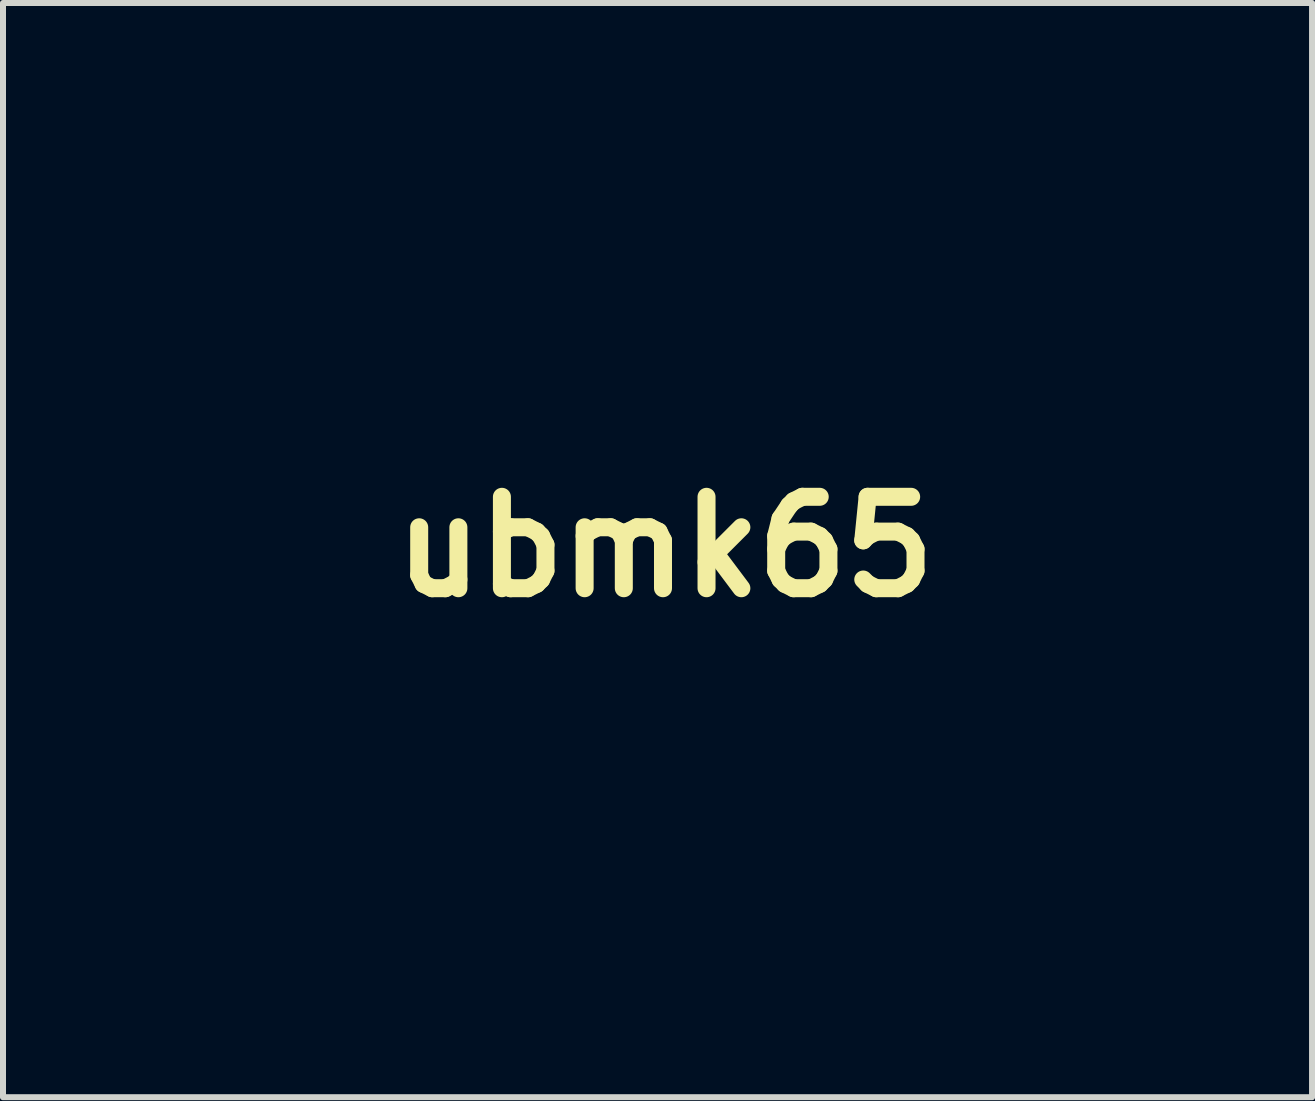
<source format=kicad_pcb>
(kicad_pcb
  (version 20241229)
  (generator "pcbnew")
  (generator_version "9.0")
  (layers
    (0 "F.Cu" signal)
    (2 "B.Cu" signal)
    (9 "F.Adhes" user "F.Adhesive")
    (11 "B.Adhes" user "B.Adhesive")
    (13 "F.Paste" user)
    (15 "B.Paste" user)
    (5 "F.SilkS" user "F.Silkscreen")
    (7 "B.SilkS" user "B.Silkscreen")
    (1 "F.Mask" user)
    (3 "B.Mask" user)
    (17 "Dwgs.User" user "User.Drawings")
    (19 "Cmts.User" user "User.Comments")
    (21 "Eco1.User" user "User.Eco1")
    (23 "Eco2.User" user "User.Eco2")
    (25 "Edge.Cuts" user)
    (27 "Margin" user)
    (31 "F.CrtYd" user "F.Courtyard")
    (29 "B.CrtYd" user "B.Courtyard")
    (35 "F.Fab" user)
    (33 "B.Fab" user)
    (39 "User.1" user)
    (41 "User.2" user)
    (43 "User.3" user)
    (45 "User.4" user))
  (footprint "ubmk65"
    (layer "F.Cu")
    (at 8.038 6.066)
    (property "Reference" "ubmk65" (at 0 0 0) (layer "F.SilkS") (effects (font (size 1.524 1.524) (thickness 0.3))))
    (attr through_hole)
    (fp_poly (pts (xy -1.143 -4.834) (xy -1.002 -4.834) (xy -1.002 -4.623) (xy -1.529 -4.623) (xy -1.529 -4.834) (xy -1.37 -4.834) (xy -1.38 -5.247) (xy -1.446 -5.252) (xy -1.512 -5.258) (xy -1.512 -5.449) (xy -1.143 -5.449) (xy -1.143 -4.834)) (stroke (width 0.01) (type solid)) (fill yes) (layer "F.Mask"))
    (fp_poly (pts (xy -0.193 -4.834) (xy -0.053 -4.834) (xy -0.053 -4.623) (xy -0.58 -4.623) (xy -0.58 -4.834) (xy -0.421 -4.834) (xy -0.431 -5.247) (xy -0.497 -5.252) (xy -0.562 -5.258) (xy -0.562 -5.449) (xy -0.193 -5.449) (xy -0.193 -4.834)) (stroke (width 0.01) (type solid)) (fill yes) (layer "F.Mask"))
    (fp_poly (pts (xy -0.731 -4.837) (xy -0.69 -4.801) (xy -0.67 -4.751) (xy -0.675 -4.697) (xy -0.707 -4.648) (xy -0.714 -4.642) (xy -0.77 -4.611) (xy -0.82 -4.613) (xy -0.871 -4.649) (xy -0.871 -4.649) (xy -0.907 -4.699) (xy -0.909 -4.749) (xy -0.878 -4.805) (xy -0.878 -4.805) (xy -0.829 -4.844) (xy -0.79 -4.851) (xy -0.731 -4.837)) (stroke (width 0.01) (type solid)) (fill yes) (layer "F.Mask"))
    (fp_poly (pts (xy 6.249 -4.736) (xy 6.289 -4.722) (xy 6.34 -4.679) (xy 6.366 -4.621) (xy 6.367 -4.56) (xy 6.344 -4.503) (xy 6.295 -4.46) (xy 6.282 -4.454) (xy 6.235 -4.436) (xy 6.204 -4.433) (xy 6.172 -4.445) (xy 6.141 -4.464) (xy 6.091 -4.509) (xy 6.07 -4.564) (xy 6.073 -4.621) (xy 6.096 -4.673) (xy 6.135 -4.714) (xy 6.188 -4.737) (xy 6.249 -4.736)) (stroke (width 0.01) (type solid)) (fill yes) (layer "F.Mask"))
    (fp_poly (pts (xy -3.598 -5.867) (xy -3.482 -5.862) (xy -4.293 -4.623) (xy -4.414 -4.623) (xy -4.474 -4.624) (xy -4.517 -4.626) (xy -4.535 -4.63) (xy -4.535 -4.63) (xy -4.526 -4.647) (xy -4.5 -4.688) (xy -4.459 -4.752) (xy -4.406 -4.834) (xy -4.344 -4.929) (xy -4.275 -5.036) (xy -4.201 -5.149) (xy -4.125 -5.265) (xy -4.049 -5.38) (xy -3.977 -5.491) (xy -3.909 -5.593) (xy -3.849 -5.684) (xy -3.8 -5.758) (xy -3.763 -5.813) (xy -3.741 -5.844) (xy -3.736 -5.85) (xy -3.703 -5.864) (xy -3.638 -5.868) (xy -3.598 -5.867)) (stroke (width 0.01) (type solid)) (fill yes) (layer "F.Mask"))
    (fp_poly (pts (xy -4.957 -5.555) (xy -5.432 -5.555) (xy -5.432 -5.432) (xy -5.343 -5.432) (xy -5.213 -5.419) (xy -5.104 -5.382) (xy -5.026 -5.33) (xy -4.951 -5.245) (xy -4.905 -5.148) (xy -4.888 -5.046) (xy -4.898 -4.943) (xy -4.934 -4.845) (xy -4.995 -4.758) (xy -5.08 -4.688) (xy -5.163 -4.648) (xy -5.212 -4.637) (xy -5.291 -4.63) (xy -5.401 -4.625) (xy -5.533 -4.624) (xy -5.836 -4.623) (xy -5.836 -4.939) (xy -5.585 -4.939) (xy -5.467 -4.941) (xy -5.381 -4.946) (xy -5.321 -4.957) (xy -5.283 -4.973) (xy -5.262 -4.998) (xy -5.256 -5.031) (xy -5.256 -5.036) (xy -5.262 -5.072) (xy -5.282 -5.098) (xy -5.322 -5.116) (xy -5.385 -5.127) (xy -5.475 -5.132) (xy -5.559 -5.133) (xy -5.783 -5.133) (xy -5.783 -5.871) (xy -4.957 -5.871) (xy -4.957 -5.555)) (stroke (width 0.01) (type solid)) (fill yes) (layer "F.Mask"))
    (fp_poly (pts (xy 6.223 -5.228) (xy 6.335 -5.223) (xy 6.425 -5.206) (xy 6.507 -5.173) (xy 6.593 -5.121) (xy 6.622 -5.1) (xy 6.677 -5.051) (xy 6.731 -4.989) (xy 6.777 -4.923) (xy 6.809 -4.862) (xy 6.82 -4.816) (xy 6.806 -4.751) (xy 6.766 -4.709) (xy 6.703 -4.693) (xy 6.698 -4.693) (xy 6.657 -4.696) (xy 6.627 -4.71) (xy 6.596 -4.742) (xy 6.568 -4.779) (xy 6.488 -4.874) (xy 6.402 -4.938) (xy 6.306 -4.975) (xy 6.254 -4.985) (xy 6.206 -4.986) (xy 6.148 -4.976) (xy 6.098 -4.964) (xy 6.022 -4.947) (xy 5.969 -4.945) (xy 5.932 -4.959) (xy 5.903 -4.993) (xy 5.889 -5.016) (xy 5.872 -5.053) (xy 5.876 -5.085) (xy 5.889 -5.111) (xy 5.932 -5.164) (xy 5.997 -5.2) (xy 6.088 -5.221) (xy 6.207 -5.228) (xy 6.223 -5.228)) (stroke (width 0.01) (type solid)) (fill yes) (layer "F.Mask"))
    (fp_poly (pts (xy -0.879 5.101) (xy -0.795 5.114) (xy -0.734 5.139) (xy -0.689 5.178) (xy -0.654 5.234) (xy -0.649 5.245) (xy -0.621 5.335) (xy -0.625 5.418) (xy -0.661 5.495) (xy -0.731 5.57) (xy -0.804 5.625) (xy -0.923 5.704) (xy -0.615 5.714) (xy -0.615 5.924) (xy -0.839 5.923) (xy -0.928 5.921) (xy -1.006 5.918) (xy -1.066 5.913) (xy -1.099 5.907) (xy -1.101 5.907) (xy -1.153 5.869) (xy -1.194 5.811) (xy -1.213 5.746) (xy -1.213 5.738) (xy -1.207 5.695) (xy -1.186 5.653) (xy -1.146 5.609) (xy -1.083 5.556) (xy -1.002 5.496) (xy -0.922 5.434) (xy -0.876 5.384) (xy -0.863 5.345) (xy -0.883 5.316) (xy -0.937 5.299) (xy -1.024 5.291) (xy -1.049 5.291) (xy -1.178 5.291) (xy -1.178 5.098) (xy -0.991 5.098) (xy -0.879 5.101)) (stroke (width 0.01) (type solid)) (fill yes) (layer "F.Mask"))
    (fp_poly (pts (xy 6.422 -5.632) (xy 6.601 -5.584) (xy 6.767 -5.502) (xy 6.922 -5.387) (xy 6.944 -5.367) (xy 7.036 -5.273) (xy 7.107 -5.18) (xy 7.157 -5.093) (xy 7.184 -5.015) (xy 7.186 -4.95) (xy 7.161 -4.901) (xy 7.157 -4.898) (xy 7.115 -4.877) (xy 7.061 -4.869) (xy 7.013 -4.877) (xy 7.004 -4.883) (xy 6.984 -4.905) (xy 6.956 -4.945) (xy 6.944 -4.966) (xy 6.84 -5.111) (xy 6.718 -5.228) (xy 6.581 -5.315) (xy 6.431 -5.373) (xy 6.273 -5.399) (xy 6.109 -5.392) (xy 5.971 -5.361) (xy 5.873 -5.336) (xy 5.801 -5.33) (xy 5.75 -5.344) (xy 5.716 -5.378) (xy 5.714 -5.382) (xy 5.698 -5.44) (xy 5.714 -5.494) (xy 5.759 -5.542) (xy 5.831 -5.583) (xy 5.927 -5.615) (xy 6.044 -5.637) (xy 6.18 -5.648) (xy 6.231 -5.649) (xy 6.422 -5.632)) (stroke (width 0.01) (type solid)) (fill yes) (layer "F.Mask"))
    (fp_poly (pts (xy -2.373 5.101) (xy -2.289 5.114) (xy -2.228 5.139) (xy -2.183 5.178) (xy -2.148 5.234) (xy -2.143 5.245) (xy -2.115 5.335) (xy -2.119 5.418) (xy -2.155 5.495) (xy -2.225 5.57) (xy -2.298 5.625) (xy -2.417 5.704) (xy -2.263 5.709) (xy -2.109 5.714) (xy -2.109 5.924) (xy -2.333 5.923) (xy -2.422 5.921) (xy -2.5 5.918) (xy -2.56 5.913) (xy -2.594 5.907) (xy -2.595 5.907) (xy -2.648 5.869) (xy -2.688 5.811) (xy -2.707 5.746) (xy -2.707 5.738) (xy -2.701 5.695) (xy -2.68 5.653) (xy -2.64 5.609) (xy -2.578 5.556) (xy -2.496 5.496) (xy -2.417 5.434) (xy -2.37 5.384) (xy -2.357 5.345) (xy -2.377 5.316) (xy -2.431 5.299) (xy -2.518 5.291) (xy -2.543 5.291) (xy -2.672 5.291) (xy -2.672 5.098) (xy -2.485 5.098) (xy -2.373 5.101)) (stroke (width 0.01) (type solid)) (fill yes) (layer "F.Mask"))
    (fp_poly (pts (xy 2.49 5.303) (xy 2.562 5.328) (xy 2.643 5.385) (xy 2.699 5.462) (xy 2.731 5.552) (xy 2.736 5.648) (xy 2.713 5.744) (xy 2.662 5.832) (xy 2.652 5.845) (xy 2.588 5.897) (xy 2.511 5.928) (xy 2.432 5.937) (xy 2.36 5.921) (xy 2.317 5.894) (xy 2.302 5.882) (xy 2.292 5.884) (xy 2.287 5.905) (xy 2.285 5.951) (xy 2.285 6.018) (xy 2.285 6.17) (xy 2.055 6.17) (xy 2.06 5.83) (xy 2.063 5.615) (xy 2.285 5.615) (xy 2.299 5.67) (xy 2.335 5.708) (xy 2.383 5.726) (xy 2.434 5.72) (xy 2.47 5.695) (xy 2.496 5.645) (xy 2.498 5.589) (xy 2.479 5.537) (xy 2.444 5.499) (xy 2.397 5.484) (xy 2.361 5.499) (xy 2.323 5.534) (xy 2.295 5.579) (xy 2.285 5.615) (xy 2.063 5.615) (xy 2.065 5.49) (xy 2.116 5.424) (xy 2.19 5.354) (xy 2.283 5.31) (xy 2.385 5.292) (xy 2.49 5.303)) (stroke (width 0.01) (type solid)) (fill yes) (layer "F.Mask"))
    (fp_poly (pts (xy -4.395 -5.896) (xy -4.301 -5.864) (xy -4.219 -5.805) (xy -4.217 -5.803) (xy -4.175 -5.755) (xy -4.153 -5.708) (xy -4.14 -5.643) (xy -4.14 -5.639) (xy -4.136 -5.509) (xy -4.159 -5.401) (xy -4.19 -5.34) (xy -4.247 -5.28) (xy -4.327 -5.234) (xy -4.416 -5.207) (xy -4.465 -5.203) (xy -4.549 -5.215) (xy -4.624 -5.243) (xy -4.693 -5.286) (xy -4.74 -5.337) (xy -4.767 -5.404) (xy -4.78 -5.494) (xy -4.781 -5.555) (xy -4.781 -5.558) (xy -4.553 -5.558) (xy -4.543 -5.486) (xy -4.516 -5.438) (xy -4.476 -5.415) (xy -4.427 -5.423) (xy -4.406 -5.436) (xy -4.388 -5.457) (xy -4.38 -5.492) (xy -4.38 -5.551) (xy -4.38 -5.564) (xy -4.385 -5.623) (xy -4.393 -5.657) (xy -4.41 -5.675) (xy -4.433 -5.685) (xy -4.486 -5.689) (xy -4.525 -5.663) (xy -4.548 -5.609) (xy -4.553 -5.558) (xy -4.781 -5.558) (xy -4.78 -5.634) (xy -4.774 -5.689) (xy -4.763 -5.728) (xy -4.743 -5.764) (xy -4.742 -5.766) (xy -4.675 -5.837) (xy -4.59 -5.882) (xy -4.494 -5.902) (xy -4.395 -5.896)) (stroke (width 0.01) (type solid)) (fill yes) (layer "F.Mask"))
    (fp_poly (pts (xy 2.83 -1.986) (xy 2.962 -1.986) (xy 3.111 -2.259) (xy 3.261 -2.531) (xy 3.573 -2.531) (xy 3.673 -2.531) (xy 3.76 -2.529) (xy 3.828 -2.528) (xy 3.871 -2.525) (xy 3.885 -2.523) (xy 3.876 -2.506) (xy 3.851 -2.465) (xy 3.812 -2.403) (xy 3.763 -2.325) (xy 3.707 -2.236) (xy 3.697 -2.221) (xy 3.641 -2.131) (xy 3.594 -2.051) (xy 3.558 -1.987) (xy 3.535 -1.942) (xy 3.529 -1.921) (xy 3.53 -1.92) (xy 3.581 -1.893) (xy 3.641 -1.846) (xy 3.698 -1.789) (xy 3.72 -1.763) (xy 3.755 -1.709) (xy 3.78 -1.647) (xy 3.798 -1.571) (xy 3.809 -1.476) (xy 3.814 -1.356) (xy 3.814 -1.274) (xy 3.814 -1.037) (xy 3.252 -1.037) (xy 3.252 -1.272) (xy 3.251 -1.369) (xy 3.249 -1.438) (xy 3.245 -1.485) (xy 3.237 -1.517) (xy 3.225 -1.541) (xy 3.216 -1.553) (xy 3.157 -1.6) (xy 3.07 -1.626) (xy 2.957 -1.632) (xy 2.944 -1.632) (xy 2.839 -1.626) (xy 2.834 -1.332) (xy 2.829 -1.037) (xy 2.285 -1.037) (xy 2.285 -3.146) (xy 2.83 -3.146) (xy 2.83 -1.986)) (stroke (width 0.01) (type solid)) (fill yes) (layer "F.Mask"))
    (fp_poly (pts (xy -3.515 -2.114) (xy -3.513 -1.949) (xy -3.51 -1.818) (xy -3.505 -1.72) (xy -3.498 -1.657) (xy -3.493 -1.636) (xy -3.451 -1.567) (xy -3.384 -1.52) (xy -3.312 -1.501) (xy -3.233 -1.505) (xy -3.168 -1.539) (xy -3.116 -1.598) (xy -3.104 -1.618) (xy -3.094 -1.638) (xy -3.087 -1.664) (xy -3.082 -1.7) (xy -3.079 -1.75) (xy -3.077 -1.82) (xy -3.076 -1.914) (xy -3.076 -2.037) (xy -3.076 -2.094) (xy -3.076 -2.531) (xy -2.531 -2.531) (xy -2.531 -2.033) (xy -2.532 -1.87) (xy -2.533 -1.737) (xy -2.537 -1.631) (xy -2.543 -1.546) (xy -2.552 -1.478) (xy -2.566 -1.424) (xy -2.584 -1.377) (xy -2.607 -1.335) (xy -2.637 -1.291) (xy -2.646 -1.279) (xy -2.744 -1.173) (xy -2.867 -1.091) (xy -2.951 -1.053) (xy -3.03 -1.031) (xy -3.133 -1.016) (xy -3.247 -1.008) (xy -3.361 -1.007) (xy -3.463 -1.014) (xy -3.524 -1.026) (xy -3.671 -1.079) (xy -3.801 -1.158) (xy -3.91 -1.259) (xy -3.991 -1.376) (xy -4.005 -1.403) (xy -4.052 -1.503) (xy -4.057 -2.017) (xy -4.063 -2.531) (xy -3.516 -2.531) (xy -3.515 -2.114)) (stroke (width 0.01) (type solid)) (fill yes) (layer "F.Mask"))
    (fp_poly (pts (xy 1.213 5.29) (xy 0.817 5.3) (xy 0.817 5.344) (xy 0.819 5.365) (xy 0.829 5.379) (xy 0.855 5.387) (xy 0.903 5.393) (xy 0.96 5.397) (xy 1.037 5.404) (xy 1.091 5.414) (xy 1.132 5.431) (xy 1.166 5.455) (xy 1.223 5.518) (xy 1.253 5.595) (xy 1.258 5.678) (xy 1.239 5.759) (xy 1.197 5.83) (xy 1.132 5.883) (xy 1.107 5.896) (xy 1.059 5.909) (xy 0.993 5.918) (xy 0.903 5.923) (xy 0.817 5.924) (xy 0.598 5.924) (xy 0.598 5.73) (xy 0.781 5.73) (xy 0.869 5.729) (xy 0.929 5.725) (xy 0.967 5.717) (xy 0.99 5.705) (xy 0.993 5.702) (xy 1.016 5.668) (xy 1.008 5.64) (xy 0.968 5.619) (xy 0.895 5.604) (xy 0.842 5.598) (xy 0.765 5.586) (xy 0.698 5.567) (xy 0.67 5.553) (xy 0.611 5.499) (xy 0.576 5.427) (xy 0.565 5.346) (xy 0.577 5.265) (xy 0.613 5.192) (xy 0.673 5.135) (xy 0.676 5.133) (xy 0.704 5.118) (xy 0.736 5.108) (xy 0.779 5.102) (xy 0.84 5.099) (xy 0.927 5.098) (xy 0.973 5.098) (xy 1.213 5.098) (xy 1.213 5.29)) (stroke (width 0.01) (type solid)) (fill yes) (layer "F.Mask"))
    (fp_poly (pts (xy -3.438 -5.278) (xy -3.348 -5.24) (xy -3.281 -5.177) (xy -3.271 -5.162) (xy -3.252 -5.124) (xy -3.241 -5.081) (xy -3.236 -5.021) (xy -3.234 -4.947) (xy -3.239 -4.844) (xy -3.257 -4.767) (xy -3.29 -4.709) (xy -3.344 -4.662) (xy -3.377 -4.641) (xy -3.457 -4.613) (xy -3.552 -4.604) (xy -3.647 -4.614) (xy -3.727 -4.643) (xy -3.732 -4.646) (xy -3.792 -4.689) (xy -3.831 -4.735) (xy -3.855 -4.795) (xy -3.865 -4.875) (xy -3.867 -4.946) (xy -3.867 -4.951) (xy -3.639 -4.951) (xy -3.633 -4.88) (xy -3.615 -4.838) (xy -3.58 -4.819) (xy -3.551 -4.816) (xy -3.508 -4.824) (xy -3.484 -4.837) (xy -3.472 -4.866) (xy -3.464 -4.916) (xy -3.463 -4.951) (xy -3.465 -5.009) (xy -3.476 -5.043) (xy -3.498 -5.067) (xy -3.507 -5.073) (xy -3.541 -5.091) (xy -3.568 -5.088) (xy -3.595 -5.073) (xy -3.621 -5.05) (xy -3.634 -5.02) (xy -3.638 -4.97) (xy -3.639 -4.951) (xy -3.867 -4.951) (xy -3.865 -5.029) (xy -3.86 -5.086) (xy -3.848 -5.128) (xy -3.83 -5.162) (xy -3.768 -5.229) (xy -3.682 -5.273) (xy -3.574 -5.29) (xy -3.551 -5.291) (xy -3.438 -5.278)) (stroke (width 0.01) (type solid)) (fill yes) (layer "F.Mask"))
    (fp_poly (pts (xy 1.783 5.316) (xy 1.805 5.325) (xy 1.857 5.356) (xy 1.899 5.392) (xy 1.908 5.403) (xy 1.937 5.464) (xy 1.956 5.537) (xy 1.962 5.605) (xy 1.958 5.634) (xy 1.952 5.654) (xy 1.941 5.666) (xy 1.917 5.673) (xy 1.875 5.677) (xy 1.808 5.678) (xy 1.765 5.678) (xy 1.689 5.679) (xy 1.629 5.682) (xy 1.591 5.687) (xy 1.582 5.692) (xy 1.594 5.719) (xy 1.633 5.737) (xy 1.702 5.746) (xy 1.761 5.748) (xy 1.898 5.748) (xy 1.898 5.924) (xy 1.753 5.923) (xy 1.675 5.92) (xy 1.6 5.911) (xy 1.544 5.899) (xy 1.538 5.898) (xy 1.458 5.853) (xy 1.393 5.784) (xy 1.352 5.702) (xy 1.343 5.665) (xy 1.343 5.561) (xy 1.354 5.524) (xy 1.571 5.524) (xy 1.571 5.543) (xy 1.601 5.552) (xy 1.663 5.555) (xy 1.719 5.554) (xy 1.746 5.55) (xy 1.75 5.539) (xy 1.738 5.518) (xy 1.736 5.515) (xy 1.694 5.478) (xy 1.644 5.471) (xy 1.598 5.494) (xy 1.571 5.524) (xy 1.354 5.524) (xy 1.372 5.468) (xy 1.425 5.392) (xy 1.498 5.335) (xy 1.585 5.301) (xy 1.682 5.293) (xy 1.783 5.316)) (stroke (width 0.01) (type solid)) (fill yes) (layer "F.Mask"))
    (fp_poly (pts (xy 6.292 -6.06) (xy 6.396 -6.055) (xy 6.477 -6.047) (xy 6.548 -6.034) (xy 6.62 -6.015) (xy 6.68 -5.996) (xy 6.887 -5.91) (xy 7.074 -5.798) (xy 7.244 -5.656) (xy 7.268 -5.633) (xy 7.347 -5.547) (xy 7.421 -5.453) (xy 7.486 -5.36) (xy 7.535 -5.274) (xy 7.566 -5.202) (xy 7.57 -5.184) (xy 7.568 -5.12) (xy 7.538 -5.072) (xy 7.484 -5.047) (xy 7.455 -5.045) (xy 7.395 -5.054) (xy 7.362 -5.076) (xy 7.339 -5.108) (xy 7.309 -5.158) (xy 7.284 -5.203) (xy 7.228 -5.29) (xy 7.149 -5.385) (xy 7.057 -5.48) (xy 6.96 -5.565) (xy 6.866 -5.633) (xy 6.784 -5.679) (xy 6.688 -5.724) (xy 6.6 -5.759) (xy 6.538 -5.78) (xy 6.484 -5.793) (xy 6.428 -5.802) (xy 6.36 -5.807) (xy 6.271 -5.808) (xy 6.223 -5.809) (xy 6.124 -5.808) (xy 6.051 -5.806) (xy 5.993 -5.8) (xy 5.941 -5.79) (xy 5.885 -5.773) (xy 5.825 -5.752) (xy 5.752 -5.727) (xy 5.688 -5.708) (xy 5.642 -5.697) (xy 5.628 -5.695) (xy 5.591 -5.71) (xy 5.554 -5.745) (xy 5.526 -5.789) (xy 5.519 -5.82) (xy 5.536 -5.871) (xy 5.584 -5.92) (xy 5.659 -5.963) (xy 5.757 -6) (xy 5.874 -6.029) (xy 6.007 -6.05) (xy 6.15 -6.061) (xy 6.292 -6.06)) (stroke (width 0.01) (type solid)) (fill yes) (layer "F.Mask"))
    (fp_poly (pts (xy -1.723 -2.408) (xy -1.645 -2.468) (xy -1.542 -2.525) (xy -1.423 -2.556) (xy -1.294 -2.563) (xy -1.162 -2.544) (xy -1.032 -2.502) (xy -0.913 -2.436) (xy -0.863 -2.398) (xy -0.786 -2.317) (xy -0.718 -2.213) (xy -0.666 -2.098) (xy -0.643 -2.022) (xy -0.619 -1.848) (xy -0.625 -1.682) (xy -0.661 -1.527) (xy -0.723 -1.385) (xy -0.811 -1.262) (xy -0.922 -1.158) (xy -1.055 -1.079) (xy -1.207 -1.026) (xy -1.227 -1.022) (xy -1.323 -1.008) (xy -1.436 -1.004) (xy -1.552 -1.008) (xy -1.655 -1.019) (xy -1.703 -1.03) (xy -1.857 -1.088) (xy -1.99 -1.175) (xy -2.102 -1.289) (xy -2.19 -1.429) (xy -2.196 -1.441) (xy -2.259 -1.573) (xy -2.26 -1.775) (xy -1.705 -1.775) (xy -1.691 -1.675) (xy -1.651 -1.593) (xy -1.59 -1.533) (xy -1.514 -1.498) (xy -1.427 -1.49) (xy -1.334 -1.514) (xy -1.317 -1.522) (xy -1.256 -1.571) (xy -1.213 -1.642) (xy -1.191 -1.726) (xy -1.189 -1.815) (xy -1.209 -1.9) (xy -1.251 -1.973) (xy -1.264 -1.987) (xy -1.338 -2.04) (xy -1.417 -2.063) (xy -1.497 -2.057) (xy -1.571 -2.027) (xy -1.634 -1.974) (xy -1.68 -1.901) (xy -1.703 -1.811) (xy -1.705 -1.775) (xy -2.26 -1.775) (xy -2.264 -2.36) (xy -2.269 -3.146) (xy -1.723 -3.146) (xy -1.723 -2.408)) (stroke (width 0.01) (type solid)) (fill yes) (layer "F.Mask"))
    (fp_poly (pts (xy -1.644 -5.238) (xy -1.6 -5.236) (xy -1.582 -5.233) (xy -1.582 -5.233) (xy -1.588 -5.212) (xy -1.602 -5.166) (xy -1.624 -5.1) (xy -1.651 -5.021) (xy -1.68 -4.937) (xy -1.708 -4.855) (xy -1.735 -4.782) (xy -1.756 -4.723) (xy -1.77 -4.687) (xy -1.773 -4.681) (xy -1.806 -4.647) (xy -1.861 -4.621) (xy -1.923 -4.607) (xy -1.941 -4.606) (xy -1.983 -4.615) (xy -2.024 -4.632) (xy -2.062 -4.66) (xy -2.083 -4.688) (xy -2.092 -4.714) (xy -2.11 -4.765) (xy -2.134 -4.833) (xy -2.161 -4.912) (xy -2.189 -4.995) (xy -2.216 -5.075) (xy -2.239 -5.145) (xy -2.257 -5.199) (xy -2.266 -5.229) (xy -2.268 -5.233) (xy -2.251 -5.236) (xy -2.209 -5.237) (xy -2.15 -5.238) (xy -2.146 -5.238) (xy -2.079 -5.237) (xy -2.04 -5.231) (xy -2.021 -5.219) (xy -2.015 -5.207) (xy -2.008 -5.178) (xy -1.995 -5.123) (xy -1.979 -5.052) (xy -1.968 -5.004) (xy -1.952 -4.933) (xy -1.937 -4.878) (xy -1.926 -4.845) (xy -1.922 -4.84) (xy -1.914 -4.86) (xy -1.902 -4.906) (xy -1.887 -4.97) (xy -1.88 -5.004) (xy -1.864 -5.078) (xy -1.849 -5.143) (xy -1.839 -5.189) (xy -1.837 -5.199) (xy -1.829 -5.219) (xy -1.812 -5.231) (xy -1.778 -5.237) (xy -1.718 -5.238) (xy -1.705 -5.238) (xy -1.644 -5.238)) (stroke (width 0.01) (type solid)) (fill yes) (layer "F.Mask"))
    (fp_poly (pts (xy -6.243 -5.87) (xy -6.177 -5.868) (xy -6.133 -5.865) (xy -6.117 -5.862) (xy -6.126 -5.844) (xy -6.151 -5.803) (xy -6.187 -5.745) (xy -6.232 -5.676) (xy -6.233 -5.675) (xy -6.283 -5.596) (xy -6.314 -5.541) (xy -6.326 -5.505) (xy -6.32 -5.483) (xy -6.294 -5.47) (xy -6.25 -5.462) (xy -6.241 -5.46) (xy -6.15 -5.429) (xy -6.073 -5.37) (xy -6.01 -5.29) (xy -5.966 -5.195) (xy -5.942 -5.091) (xy -5.942 -4.984) (xy -5.967 -4.881) (xy -5.978 -4.857) (xy -6.037 -4.77) (xy -6.121 -4.695) (xy -6.217 -4.642) (xy -6.247 -4.631) (xy -6.319 -4.617) (xy -6.407 -4.609) (xy -6.497 -4.608) (xy -6.574 -4.614) (xy -6.609 -4.622) (xy -6.73 -4.674) (xy -6.824 -4.749) (xy -6.892 -4.842) (xy -6.931 -4.95) (xy -6.94 -5.072) (xy -6.938 -5.082) (xy -6.578 -5.082) (xy -6.57 -5.01) (xy -6.569 -5.008) (xy -6.538 -4.96) (xy -6.486 -4.931) (xy -6.425 -4.923) (xy -6.367 -4.94) (xy -6.348 -4.953) (xy -6.309 -5.003) (xy -6.299 -5.061) (xy -6.314 -5.117) (xy -6.351 -5.162) (xy -6.407 -5.189) (xy -6.439 -5.192) (xy -6.509 -5.178) (xy -6.556 -5.14) (xy -6.578 -5.082) (xy -6.938 -5.082) (xy -6.919 -5.202) (xy -6.875 -5.318) (xy -6.846 -5.375) (xy -6.801 -5.452) (xy -6.747 -5.54) (xy -6.69 -5.629) (xy -6.676 -5.651) (xy -6.53 -5.87) (xy -6.324 -5.87) (xy -6.243 -5.87)) (stroke (width 0.01) (type solid)) (fill yes) (layer "F.Mask"))
    (fp_poly (pts (xy -1.555 5.094) (xy -1.468 5.132) (xy -1.397 5.192) (xy -1.386 5.207) (xy -1.369 5.233) (xy -1.358 5.26) (xy -1.351 5.295) (xy -1.347 5.345) (xy -1.345 5.418) (xy -1.345 5.503) (xy -1.345 5.599) (xy -1.347 5.668) (xy -1.351 5.715) (xy -1.358 5.747) (xy -1.37 5.773) (xy -1.388 5.799) (xy -1.392 5.804) (xy -1.439 5.852) (xy -1.495 5.892) (xy -1.506 5.898) (xy -1.581 5.922) (xy -1.668 5.935) (xy -1.752 5.934) (xy -1.798 5.924) (xy -1.874 5.887) (xy -1.943 5.829) (xy -1.991 5.763) (xy -1.993 5.759) (xy -2.007 5.718) (xy -2.016 5.661) (xy -2.02 5.581) (xy -2.021 5.507) (xy -1.793 5.507) (xy -1.792 5.578) (xy -1.787 5.625) (xy -1.775 5.656) (xy -1.755 5.682) (xy -1.75 5.687) (xy -1.713 5.717) (xy -1.681 5.73) (xy -1.679 5.73) (xy -1.648 5.719) (xy -1.611 5.69) (xy -1.608 5.687) (xy -1.585 5.661) (xy -1.572 5.632) (xy -1.566 5.589) (xy -1.564 5.523) (xy -1.564 5.507) (xy -1.569 5.413) (xy -1.582 5.349) (xy -1.608 5.311) (xy -1.649 5.293) (xy -1.679 5.291) (xy -1.728 5.299) (xy -1.762 5.325) (xy -1.782 5.374) (xy -1.792 5.451) (xy -1.793 5.507) (xy -2.021 5.507) (xy -2.021 5.499) (xy -2.02 5.408) (xy -2.017 5.344) (xy -2.01 5.298) (xy -1.997 5.262) (xy -1.982 5.231) (xy -1.923 5.161) (xy -1.843 5.112) (xy -1.75 5.084) (xy -1.652 5.078) (xy -1.555 5.094)) (stroke (width 0.01) (type solid)) (fill yes) (layer "F.Mask"))
    (fp_poly (pts (xy -0.061 5.094) (xy 0.026 5.132) (xy 0.097 5.192) (xy 0.108 5.207) (xy 0.125 5.233) (xy 0.136 5.26) (xy 0.144 5.295) (xy 0.148 5.345) (xy 0.149 5.418) (xy 0.149 5.503) (xy 0.149 5.599) (xy 0.148 5.668) (xy 0.144 5.715) (xy 0.136 5.747) (xy 0.124 5.773) (xy 0.106 5.799) (xy 0.102 5.804) (xy 0.055 5.852) (xy -0.001 5.892) (xy -0.012 5.898) (xy -0.087 5.922) (xy -0.174 5.935) (xy -0.258 5.934) (xy -0.304 5.924) (xy -0.38 5.887) (xy -0.449 5.829) (xy -0.497 5.763) (xy -0.498 5.759) (xy -0.513 5.718) (xy -0.522 5.661) (xy -0.526 5.581) (xy -0.527 5.507) (xy -0.299 5.507) (xy -0.298 5.578) (xy -0.292 5.625) (xy -0.281 5.656) (xy -0.261 5.682) (xy -0.256 5.687) (xy -0.219 5.717) (xy -0.187 5.73) (xy -0.185 5.73) (xy -0.154 5.719) (xy -0.117 5.69) (xy -0.113 5.687) (xy -0.091 5.661) (xy -0.078 5.632) (xy -0.072 5.589) (xy -0.07 5.523) (xy -0.07 5.507) (xy -0.074 5.413) (xy -0.088 5.349) (xy -0.114 5.311) (xy -0.155 5.293) (xy -0.185 5.291) (xy -0.234 5.299) (xy -0.268 5.325) (xy -0.288 5.374) (xy -0.298 5.451) (xy -0.299 5.507) (xy -0.527 5.507) (xy -0.527 5.499) (xy -0.526 5.408) (xy -0.523 5.344) (xy -0.515 5.298) (xy -0.503 5.262) (xy -0.487 5.231) (xy -0.429 5.161) (xy -0.349 5.112) (xy -0.256 5.084) (xy -0.158 5.078) (xy -0.061 5.094)) (stroke (width 0.01) (type solid)) (fill yes) (layer "F.Mask"))
    (fp_poly (pts (xy 6.114 1.707) (xy 6.256 1.709) (xy 6.367 1.711) (xy 6.449 1.715) (xy 6.503 1.72) (xy 6.524 1.723) (xy 6.605 1.761) (xy 6.678 1.824) (xy 6.731 1.902) (xy 6.749 1.948) (xy 6.755 1.985) (xy 6.759 2.048) (xy 6.762 2.139) (xy 6.764 2.261) (xy 6.765 2.413) (xy 6.765 2.599) (xy 6.764 2.74) (xy 6.759 3.457) (xy 6.71 3.53) (xy 6.666 3.582) (xy 6.611 3.627) (xy 6.592 3.638) (xy 6.574 3.647) (xy 6.554 3.654) (xy 6.529 3.66) (xy 6.495 3.664) (xy 6.45 3.668) (xy 6.389 3.67) (xy 6.309 3.672) (xy 6.207 3.673) (xy 6.079 3.673) (xy 5.923 3.673) (xy 5.771 3.673) (xy 5.559 3.673) (xy 5.382 3.671) (xy 5.238 3.669) (xy 5.127 3.666) (xy 5.047 3.662) (xy 4.999 3.657) (xy 4.983 3.653) (xy 4.925 3.611) (xy 4.867 3.555) (xy 4.826 3.499) (xy 4.824 3.494) (xy 4.817 3.477) (xy 4.812 3.448) (xy 4.808 3.405) (xy 4.805 3.344) (xy 4.802 3.263) (xy 4.801 3.159) (xy 4.799 3.028) (xy 4.799 2.868) (xy 4.799 2.698) (xy 4.799 2.516) (xy 4.799 2.365) (xy 4.799 2.355) (xy 5.432 2.355) (xy 5.432 3.041) (xy 6.117 3.041) (xy 6.117 2.355) (xy 5.432 2.355) (xy 4.799 2.355) (xy 4.8 2.243) (xy 4.801 2.146) (xy 4.803 2.07) (xy 4.806 2.012) (xy 4.809 1.969) (xy 4.814 1.938) (xy 4.82 1.914) (xy 4.827 1.894) (xy 4.834 1.88) (xy 4.872 1.827) (xy 4.924 1.776) (xy 4.943 1.762) (xy 5.016 1.714) (xy 5.733 1.709) (xy 5.94 1.707) (xy 6.114 1.707)) (stroke (width 0.01) (type solid)) (fill yes) (layer "F.Mask"))
    (fp_poly (pts (xy -1.208 -0.65) (xy -1.063 -0.648) (xy -0.926 -0.646) (xy -0.801 -0.644) (xy -0.693 -0.64) (xy -0.607 -0.635) (xy -0.547 -0.63) (xy -0.522 -0.625) (xy -0.443 -0.586) (xy -0.385 -0.529) (xy -0.349 -0.47) (xy -0.341 -0.452) (xy -0.334 -0.432) (xy -0.329 -0.407) (xy -0.325 -0.372) (xy -0.322 -0.325) (xy -0.32 -0.263) (xy -0.319 -0.181) (xy -0.318 -0.077) (xy -0.319 0.053) (xy -0.319 0.213) (xy -0.32 0.359) (xy -0.325 1.122) (xy -0.378 1.187) (xy -0.403 1.218) (xy -0.426 1.244) (xy -0.45 1.264) (xy -0.479 1.281) (xy -0.515 1.294) (xy -0.563 1.303) (xy -0.626 1.31) (xy -0.707 1.314) (xy -0.81 1.317) (xy -0.937 1.318) (xy -1.092 1.318) (xy -1.279 1.318) (xy -1.292 1.318) (xy -1.473 1.318) (xy -1.623 1.317) (xy -1.745 1.317) (xy -1.842 1.315) (xy -1.918 1.313) (xy -1.975 1.31) (xy -2.019 1.306) (xy -2.051 1.301) (xy -2.076 1.295) (xy -2.096 1.287) (xy -2.104 1.284) (xy -2.178 1.234) (xy -2.227 1.176) (xy -2.276 1.101) (xy -2.281 0.371) (xy -2.283 0.188) (xy -2.283 0.036) (xy -2.283 0) (xy -1.635 0) (xy -1.635 0.686) (xy -1.296 0.682) (xy -0.958 0.677) (xy -0.953 0.338) (xy -0.948 0) (xy -1.635 0) (xy -2.283 0) (xy -2.283 -0.087) (xy -2.282 -0.185) (xy -2.28 -0.261) (xy -2.278 -0.32) (xy -2.274 -0.364) (xy -2.269 -0.397) (xy -2.263 -0.422) (xy -2.258 -0.435) (xy -2.209 -0.521) (xy -2.138 -0.59) (xy -2.07 -0.627) (xy -2.035 -0.633) (xy -1.97 -0.638) (xy -1.88 -0.642) (xy -1.768 -0.645) (xy -1.64 -0.648) (xy -1.501 -0.649) (xy -1.355 -0.65) (xy -1.208 -0.65)) (stroke (width 0.01) (type solid)) (fill yes) (layer "F.Mask"))
    (fp_poly (pts (xy 1.254 -0.65) (xy 1.412 -0.649) (xy 1.543 -0.647) (xy 1.648 -0.644) (xy 1.731 -0.639) (xy 1.796 -0.632) (xy 1.846 -0.621) (xy 1.884 -0.608) (xy 1.913 -0.59) (xy 1.938 -0.568) (xy 1.961 -0.541) (xy 1.98 -0.517) (xy 2.03 -0.451) (xy 2.035 0.306) (xy 2.036 0.467) (xy 2.037 0.619) (xy 2.036 0.756) (xy 2.036 0.876) (xy 2.035 0.974) (xy 2.034 1.048) (xy 2.032 1.092) (xy 2.031 1.103) (xy 2.007 1.152) (xy 1.963 1.207) (xy 1.909 1.258) (xy 1.856 1.292) (xy 1.851 1.295) (xy 1.829 1.301) (xy 1.793 1.306) (xy 1.741 1.31) (xy 1.669 1.313) (xy 1.575 1.315) (xy 1.456 1.317) (xy 1.308 1.318) (xy 1.129 1.318) (xy 1.058 1.318) (xy 0.878 1.318) (xy 0.73 1.318) (xy 0.61 1.318) (xy 0.514 1.316) (xy 0.44 1.315) (xy 0.384 1.312) (xy 0.342 1.308) (xy 0.311 1.303) (xy 0.287 1.297) (xy 0.268 1.289) (xy 0.249 1.28) (xy 0.244 1.278) (xy 0.165 1.217) (xy 0.123 1.159) (xy 0.079 1.081) (xy 0.079 0.352) (xy 0.079 0.193) (xy 0.08 0.044) (xy 0.081 0) (xy 0.721 0) (xy 0.721 0.686) (xy 1.059 0.682) (xy 1.397 0.677) (xy 1.402 0.338) (xy 1.407 0) (xy 0.721 0) (xy 0.081 0) (xy 0.082 -0.091) (xy 0.084 -0.209) (xy 0.086 -0.305) (xy 0.088 -0.376) (xy 0.091 -0.417) (xy 0.092 -0.425) (xy 0.126 -0.492) (xy 0.183 -0.557) (xy 0.253 -0.608) (xy 0.272 -0.617) (xy 0.292 -0.625) (xy 0.315 -0.632) (xy 0.345 -0.637) (xy 0.386 -0.641) (xy 0.441 -0.644) (xy 0.513 -0.647) (xy 0.606 -0.648) (xy 0.724 -0.649) (xy 0.869 -0.649) (xy 1.045 -0.65) (xy 1.063 -0.65) (xy 1.254 -0.65)) (stroke (width 0.01) (type solid)) (fill yes) (layer "F.Mask"))
    (fp_poly (pts (xy 0.424 -2.559) (xy 0.574 -2.526) (xy 0.709 -2.471) (xy 0.828 -2.41) (xy 0.908 -2.461) (xy 0.992 -2.502) (xy 1.098 -2.535) (xy 1.213 -2.558) (xy 1.323 -2.566) (xy 1.324 -2.566) (xy 1.49 -2.552) (xy 1.641 -2.512) (xy 1.772 -2.446) (xy 1.882 -2.357) (xy 1.967 -2.247) (xy 2.007 -2.165) (xy 2.018 -2.134) (xy 2.027 -2.103) (xy 2.034 -2.067) (xy 2.04 -2.022) (xy 2.044 -1.963) (xy 2.047 -1.886) (xy 2.049 -1.786) (xy 2.051 -1.658) (xy 2.053 -1.551) (xy 2.06 -1.037) (xy 1.494 -1.037) (xy 1.494 -1.468) (xy 1.494 -1.62) (xy 1.492 -1.741) (xy 1.488 -1.835) (xy 1.48 -1.905) (xy 1.469 -1.957) (xy 1.454 -1.993) (xy 1.432 -2.019) (xy 1.405 -2.037) (xy 1.378 -2.05) (xy 1.295 -2.068) (xy 1.221 -2.055) (xy 1.16 -2.011) (xy 1.117 -1.941) (xy 1.106 -1.905) (xy 1.102 -1.867) (xy 1.098 -1.801) (xy 1.094 -1.712) (xy 1.092 -1.606) (xy 1.09 -1.49) (xy 1.09 -1.437) (xy 1.09 -1.037) (xy 0.545 -1.037) (xy 0.545 -1.477) (xy 0.545 -1.627) (xy 0.543 -1.746) (xy 0.539 -1.838) (xy 0.532 -1.907) (xy 0.521 -1.958) (xy 0.506 -1.993) (xy 0.485 -2.018) (xy 0.458 -2.036) (xy 0.427 -2.051) (xy 0.345 -2.069) (xy 0.27 -2.054) (xy 0.207 -2.008) (xy 0.162 -1.934) (xy 0.159 -1.928) (xy 0.153 -1.894) (xy 0.148 -1.828) (xy 0.144 -1.734) (xy 0.142 -1.616) (xy 0.141 -1.479) (xy 0.141 -1.458) (xy 0.141 -1.037) (xy -0.404 -1.037) (xy -0.404 -1.527) (xy -0.404 -1.675) (xy -0.403 -1.792) (xy -0.402 -1.883) (xy -0.399 -1.954) (xy -0.394 -2.01) (xy -0.388 -2.054) (xy -0.38 -2.092) (xy -0.37 -2.129) (xy -0.369 -2.133) (xy -0.314 -2.255) (xy -0.232 -2.359) (xy -0.128 -2.444) (xy -0.006 -2.508) (xy 0.129 -2.549) (xy 0.274 -2.567) (xy 0.424 -2.559)) (stroke (width 0.01) (type solid)) (fill yes) (layer "F.Mask"))
    (fp_poly (pts (xy -5.574 1.708) (xy -5.469 1.71) (xy -5.386 1.714) (xy -5.321 1.719) (xy -5.271 1.727) (xy -5.232 1.738) (xy -5.2 1.752) (xy -5.174 1.768) (xy -5.149 1.788) (xy -5.12 1.813) (xy -5.097 1.836) (xy -5.078 1.863) (xy -5.063 1.895) (xy -5.051 1.937) (xy -5.042 1.991) (xy -5.036 2.062) (xy -5.032 2.152) (xy -5.03 2.265) (xy -5.028 2.404) (xy -5.028 2.573) (xy -5.028 2.698) (xy -5.028 2.889) (xy -5.029 3.047) (xy -5.03 3.177) (xy -5.033 3.282) (xy -5.038 3.366) (xy -5.046 3.43) (xy -5.056 3.48) (xy -5.07 3.518) (xy -5.088 3.548) (xy -5.11 3.573) (xy -5.137 3.596) (xy -5.16 3.614) (xy -5.227 3.665) (xy -5.993 3.669) (xy -6.187 3.67) (xy -6.348 3.67) (xy -6.48 3.669) (xy -6.586 3.668) (xy -6.668 3.666) (xy -6.729 3.663) (xy -6.772 3.659) (xy -6.8 3.653) (xy -6.812 3.65) (xy -6.871 3.611) (xy -6.927 3.554) (xy -6.969 3.49) (xy -6.987 3.441) (xy -6.989 3.412) (xy -6.991 3.351) (xy -6.992 3.263) (xy -6.993 3.152) (xy -6.994 3.022) (xy -6.994 2.877) (xy -6.993 2.722) (xy -6.992 2.653) (xy -6.99 2.355) (xy -6.363 2.355) (xy -6.363 2.686) (xy -6.363 2.791) (xy -6.361 2.883) (xy -6.358 2.957) (xy -6.355 3.008) (xy -6.352 3.029) (xy -6.351 3.029) (xy -6.331 3.033) (xy -6.281 3.036) (xy -6.207 3.039) (xy -6.115 3.04) (xy -6.011 3.041) (xy -5.678 3.041) (xy -5.678 2.355) (xy -6.363 2.355) (xy -6.99 2.355) (xy -6.987 1.922) (xy -6.94 1.852) (xy -6.919 1.819) (xy -6.897 1.792) (xy -6.874 1.771) (xy -6.844 1.753) (xy -6.804 1.74) (xy -6.752 1.729) (xy -6.684 1.722) (xy -6.597 1.717) (xy -6.486 1.713) (xy -6.35 1.711) (xy -6.184 1.71) (xy -6.051 1.709) (xy -5.862 1.707) (xy -5.704 1.707) (xy -5.574 1.708)) (stroke (width 0.01) (type solid)) (fill yes) (layer "F.Mask"))
    (fp_poly (pts (xy -5.83 -3.006) (xy -5.683 -3.005) (xy -5.564 -3.005) (xy -5.469 -3.004) (xy -5.396 -3.002) (xy -5.34 -2.999) (xy -5.298 -2.995) (xy -5.267 -2.99) (xy -5.243 -2.984) (xy -5.223 -2.976) (xy -5.207 -2.969) (xy -5.135 -2.919) (xy -5.083 -2.86) (xy -5.036 -2.789) (xy -5.036 -1.254) (xy -5.083 -1.183) (xy -5.142 -1.118) (xy -5.207 -1.074) (xy -5.227 -1.065) (xy -5.248 -1.058) (xy -5.274 -1.052) (xy -5.307 -1.047) (xy -5.351 -1.043) (xy -5.411 -1.041) (xy -5.488 -1.039) (xy -5.588 -1.038) (xy -5.713 -1.038) (xy -5.867 -1.038) (xy -6.013 -1.038) (xy -6.198 -1.038) (xy -6.351 -1.039) (xy -6.475 -1.04) (xy -6.574 -1.042) (xy -6.651 -1.045) (xy -6.709 -1.048) (xy -6.751 -1.052) (xy -6.781 -1.058) (xy -6.801 -1.065) (xy -6.802 -1.065) (xy -6.878 -1.107) (xy -6.932 -1.165) (xy -6.963 -1.217) (xy -6.971 -1.234) (xy -6.978 -1.255) (xy -6.983 -1.282) (xy -6.987 -1.319) (xy -6.99 -1.37) (xy -6.993 -1.436) (xy -6.994 -1.523) (xy -6.995 -1.633) (xy -6.996 -1.771) (xy -6.996 -1.842) (xy -6.36 -1.842) (xy -6.359 -1.767) (xy -6.358 -1.715) (xy -6.355 -1.692) (xy -6.344 -1.684) (xy -6.313 -1.678) (xy -6.261 -1.674) (xy -6.182 -1.671) (xy -6.074 -1.67) (xy -6.012 -1.67) (xy -5.678 -1.67) (xy -5.678 -2.374) (xy -6.016 -2.369) (xy -6.354 -2.364) (xy -6.359 -2.04) (xy -6.36 -1.935) (xy -6.36 -1.842) (xy -6.996 -1.842) (xy -6.996 -1.938) (xy -6.996 -2.021) (xy -6.996 -2.203) (xy -6.996 -2.353) (xy -6.995 -2.475) (xy -6.994 -2.571) (xy -6.992 -2.646) (xy -6.989 -2.703) (xy -6.985 -2.746) (xy -6.98 -2.777) (xy -6.974 -2.8) (xy -6.966 -2.819) (xy -6.963 -2.826) (xy -6.916 -2.899) (xy -6.857 -2.95) (xy -6.798 -2.979) (xy -6.777 -2.986) (xy -6.748 -2.991) (xy -6.708 -2.996) (xy -6.652 -2.999) (xy -6.579 -3.002) (xy -6.484 -3.004) (xy -6.364 -3.005) (xy -6.217 -3.006) (xy -6.038 -3.006) (xy -6.009 -3.006) (xy -5.83 -3.006)) (stroke (width 0.01) (type solid)) (fill yes) (layer "F.Mask"))
    (fp_poly (pts (xy 1.946 1.707) (xy 2.254 1.708) (xy 2.544 1.708) (xy 2.815 1.708) (xy 3.064 1.709) (xy 3.291 1.709) (xy 3.493 1.71) (xy 3.669 1.71) (xy 3.818 1.711) (xy 3.938 1.712) (xy 4.028 1.712) (xy 4.085 1.713) (xy 4.108 1.714) (xy 4.215 1.743) (xy 4.303 1.801) (xy 4.354 1.862) (xy 4.394 1.921) (xy 4.394 2.688) (xy 4.394 2.872) (xy 4.394 3.024) (xy 4.393 3.148) (xy 4.392 3.247) (xy 4.391 3.324) (xy 4.388 3.382) (xy 4.385 3.426) (xy 4.38 3.458) (xy 4.374 3.481) (xy 4.367 3.5) (xy 4.358 3.517) (xy 4.354 3.524) (xy 4.31 3.581) (xy 4.254 3.628) (xy 4.245 3.634) (xy 4.175 3.673) (xy -0.114 3.673) (xy -0.585 3.673) (xy -1.021 3.673) (xy -1.425 3.672) (xy -1.797 3.672) (xy -2.139 3.672) (xy -2.452 3.671) (xy -2.737 3.671) (xy -2.995 3.67) (xy -3.227 3.67) (xy -3.435 3.669) (xy -3.619 3.668) (xy -3.782 3.667) (xy -3.924 3.666) (xy -4.046 3.664) (xy -4.149 3.663) (xy -4.236 3.661) (xy -4.306 3.66) (xy -4.361 3.658) (xy -4.403 3.656) (xy -4.432 3.653) (xy -4.45 3.651) (xy -4.457 3.649) (xy -4.523 3.605) (xy -4.581 3.537) (xy -4.62 3.459) (xy -4.624 3.449) (xy -4.629 3.411) (xy -4.633 3.338) (xy -4.636 3.23) (xy -4.638 3.088) (xy -4.638 2.91) (xy -4.637 2.698) (xy -4.637 2.653) (xy -4.635 2.355) (xy -4.008 2.355) (xy -4.008 2.686) (xy -4.007 2.791) (xy -4.006 2.883) (xy -4.003 2.957) (xy -4 3.008) (xy -3.996 3.029) (xy -3.996 3.029) (xy -3.978 3.03) (xy -3.926 3.031) (xy -3.842 3.032) (xy -3.727 3.033) (xy -3.584 3.034) (xy -3.414 3.035) (xy -3.218 3.036) (xy -2.998 3.037) (xy -2.756 3.038) (xy -2.492 3.038) (xy -2.21 3.039) (xy -1.91 3.04) (xy -1.594 3.04) (xy -1.263 3.04) (xy -0.92 3.041) (xy -0.565 3.041) (xy -0.2 3.041) (xy -0.111 3.041) (xy 3.762 3.041) (xy 3.762 2.355) (xy -4.008 2.355) (xy -4.635 2.355) (xy -4.632 1.922) (xy -4.588 1.858) (xy -4.544 1.808) (xy -4.488 1.763) (xy -4.474 1.754) (xy -4.403 1.714) (xy -0.193 1.709) (xy 0.19 1.708) (xy 0.565 1.708) (xy 0.929 1.708) (xy 1.282 1.708) (xy 1.622 1.707) (xy 1.946 1.707)) (stroke (width 0.01) (type solid)) (fill yes) (layer "F.Mask"))
    (fp_poly (pts (xy 6.109 -3.005) (xy 6.229 -3.005) (xy 6.324 -3.003) (xy 6.398 -3.002) (xy 6.454 -2.999) (xy 6.496 -2.995) (xy 6.527 -2.99) (xy 6.551 -2.984) (xy 6.571 -2.976) (xy 6.586 -2.969) (xy 6.659 -2.918) (xy 6.711 -2.85) (xy 6.759 -2.769) (xy 6.759 1.101) (xy 6.712 1.172) (xy 6.652 1.238) (xy 6.587 1.281) (xy 6.51 1.318) (xy 4.595 1.317) (xy 4.267 1.317) (xy 3.967 1.316) (xy 3.695 1.315) (xy 3.452 1.314) (xy 3.24 1.313) (xy 3.058 1.311) (xy 2.907 1.309) (xy 2.789 1.306) (xy 2.704 1.304) (xy 2.653 1.301) (xy 2.637 1.299) (xy 2.579 1.264) (xy 2.52 1.21) (xy 2.474 1.149) (xy 2.468 1.139) (xy 2.462 1.121) (xy 2.457 1.093) (xy 2.453 1.05) (xy 2.449 0.989) (xy 2.447 0.909) (xy 2.445 0.805) (xy 2.444 0.675) (xy 2.443 0.516) (xy 2.443 0.334) (xy 2.443 0.145) (xy 2.444 0.001) (xy 3.076 0.001) (xy 3.076 0.686) (xy 6.117 0.686) (xy 6.117 -2.374) (xy 5.44 -2.364) (xy 5.432 -1.292) (xy 5.43 -1.063) (xy 5.428 -0.867) (xy 5.426 -0.701) (xy 5.424 -0.562) (xy 5.421 -0.447) (xy 5.417 -0.354) (xy 5.411 -0.28) (xy 5.404 -0.223) (xy 5.395 -0.179) (xy 5.383 -0.146) (xy 5.369 -0.121) (xy 5.352 -0.102) (xy 5.331 -0.086) (xy 5.307 -0.07) (xy 5.287 -0.057) (xy 5.214 -0.009) (xy 3.076 0.001) (xy 2.444 0.001) (xy 2.444 -0.012) (xy 2.445 -0.141) (xy 2.447 -0.245) (xy 2.45 -0.326) (xy 2.455 -0.389) (xy 2.462 -0.437) (xy 2.471 -0.472) (xy 2.483 -0.499) (xy 2.498 -0.521) (xy 2.516 -0.54) (xy 2.534 -0.557) (xy 2.555 -0.576) (xy 2.574 -0.592) (xy 2.596 -0.606) (xy 2.623 -0.617) (xy 2.657 -0.626) (xy 2.702 -0.634) (xy 2.759 -0.639) (xy 2.833 -0.643) (xy 2.925 -0.646) (xy 3.039 -0.648) (xy 3.177 -0.65) (xy 3.342 -0.65) (xy 3.537 -0.65) (xy 3.752 -0.65) (xy 4.798 -0.65) (xy 4.803 -1.728) (xy 4.808 -2.806) (xy 4.858 -2.873) (xy 4.882 -2.904) (xy 4.905 -2.929) (xy 4.931 -2.95) (xy 4.962 -2.967) (xy 5.003 -2.98) (xy 5.056 -2.989) (xy 5.125 -2.996) (xy 5.212 -3.001) (xy 5.323 -3.003) (xy 5.459 -3.005) (xy 5.624 -3.005) (xy 5.782 -3.005) (xy 5.961 -3.005) (xy 6.109 -3.005)) (stroke (width 0.01) (type solid)) (fill yes) (layer "F.Mask"))
    (fp_poly (pts (xy -2.818 -0.594) (xy -2.752 -0.535) (xy -2.709 -0.47) (xy -2.7 -0.45) (xy -2.692 -0.429) (xy -2.686 -0.404) (xy -2.682 -0.37) (xy -2.678 -0.325) (xy -2.675 -0.266) (xy -2.674 -0.188) (xy -2.673 -0.087) (xy -2.672 0.038) (xy -2.672 0.193) (xy -2.672 0.331) (xy -2.672 0.515) (xy -2.673 0.667) (xy -2.674 0.791) (xy -2.675 0.889) (xy -2.678 0.965) (xy -2.681 1.023) (xy -2.686 1.065) (xy -2.691 1.096) (xy -2.698 1.118) (xy -2.699 1.121) (xy -2.74 1.197) (xy -2.795 1.252) (xy -2.851 1.285) (xy -2.863 1.29) (xy -2.876 1.295) (xy -2.894 1.299) (xy -2.918 1.303) (xy -2.95 1.306) (xy -2.992 1.308) (xy -3.047 1.311) (xy -3.116 1.313) (xy -3.201 1.314) (xy -3.304 1.315) (xy -3.428 1.316) (xy -3.574 1.317) (xy -3.744 1.318) (xy -3.94 1.318) (xy -4.165 1.318) (xy -4.42 1.318) (xy -4.707 1.318) (xy -4.838 1.318) (xy -5.142 1.318) (xy -5.413 1.318) (xy -5.652 1.318) (xy -5.863 1.317) (xy -6.046 1.317) (xy -6.204 1.316) (xy -6.338 1.315) (xy -6.45 1.314) (xy -6.544 1.312) (xy -6.619 1.31) (xy -6.679 1.308) (xy -6.725 1.305) (xy -6.76 1.302) (xy -6.784 1.299) (xy -6.801 1.295) (xy -6.811 1.291) (xy -6.886 1.242) (xy -6.939 1.181) (xy -6.963 1.139) (xy -6.971 1.121) (xy -6.978 1.1) (xy -6.983 1.073) (xy -6.987 1.036) (xy -6.99 0.986) (xy -6.993 0.919) (xy -6.994 0.832) (xy -6.995 0.721) (xy -6.996 0.584) (xy -6.996 0.416) (xy -6.996 0.339) (xy -6.995 0.146) (xy -6.995 0) (xy -6.363 0) (xy -6.363 0.331) (xy -6.363 0.436) (xy -6.361 0.528) (xy -6.358 0.602) (xy -6.355 0.653) (xy -6.351 0.674) (xy -6.351 0.674) (xy -6.332 0.676) (xy -6.281 0.677) (xy -6.199 0.679) (xy -6.09 0.68) (xy -5.956 0.681) (xy -5.8 0.681) (xy -5.624 0.682) (xy -5.431 0.682) (xy -5.223 0.682) (xy -5.003 0.682) (xy -4.826 0.681) (xy -3.313 0.677) (xy -3.309 0.338) (xy -3.304 0) (xy -6.363 0) (xy -6.995 0) (xy -6.995 -0.015) (xy -6.993 -0.148) (xy -6.99 -0.255) (xy -6.985 -0.34) (xy -6.977 -0.407) (xy -6.967 -0.457) (xy -6.953 -0.496) (xy -6.935 -0.526) (xy -6.913 -0.549) (xy -6.885 -0.571) (xy -6.854 -0.592) (xy -6.779 -0.642) (xy -2.889 -0.642) (xy -2.818 -0.594)) (stroke (width 0.01) (type solid)) (fill yes) (layer "F.Mask"))
    (fp_poly (pts (xy 0.582 -4.043) (xy 1.018 -4.043) (xy 1.449 -4.043) (xy 1.875 -4.043) (xy 2.295 -4.043) (xy 2.706 -4.042) (xy 3.108 -4.042) (xy 3.499 -4.041) (xy 3.877 -4.041) (xy 4.242 -4.04) (xy 4.591 -4.039) (xy 4.924 -4.039) (xy 5.238 -4.038) (xy 5.533 -4.037) (xy 5.807 -4.036) (xy 6.058 -4.035) (xy 6.286 -4.034) (xy 6.487 -4.033) (xy 6.663 -4.031) (xy 6.809 -4.03) (xy 6.927 -4.029) (xy 7.012 -4.027) (xy 7.066 -4.026) (xy 7.084 -4.025) (xy 7.249 -3.981) (xy 7.398 -3.907) (xy 7.53 -3.805) (xy 7.64 -3.676) (xy 7.711 -3.556) (xy 7.778 -3.421) (xy 7.778 4.09) (xy 7.704 4.24) (xy 7.614 4.383) (xy 7.502 4.505) (xy 7.37 4.6) (xy 7.223 4.667) (xy 7.121 4.693) (xy 7.095 4.695) (xy 7.035 4.696) (xy 6.942 4.698) (xy 6.819 4.699) (xy 6.667 4.701) (xy 6.487 4.702) (xy 6.28 4.703) (xy 6.048 4.704) (xy 5.793 4.705) (xy 5.515 4.706) (xy 5.216 4.707) (xy 4.899 4.708) (xy 4.563 4.708) (xy 4.211 4.709) (xy 3.843 4.709) (xy 3.463 4.71) (xy 3.07 4.71) (xy 2.666 4.711) (xy 2.253 4.711) (xy 1.832 4.711) (xy 1.404 4.711) (xy 0.971 4.711) (xy 0.535 4.711) (xy 0.097 4.711) (xy -0.342 4.711) (xy -0.781 4.71) (xy -1.217 4.71) (xy -1.65 4.71) (xy -2.078 4.709) (xy -2.499 4.709) (xy -2.913 4.708) (xy -3.317 4.707) (xy -3.711 4.707) (xy -4.093 4.706) (xy -4.461 4.705) (xy -4.814 4.704) (xy -5.15 4.703) (xy -5.469 4.702) (xy -5.769 4.701) (xy -6.048 4.7) (xy -6.304 4.698) (xy -6.538 4.697) (xy -6.746 4.696) (xy -6.928 4.694) (xy -7.082 4.693) (xy -7.206 4.692) (xy -7.3 4.69) (xy -7.362 4.688) (xy -7.39 4.687) (xy -7.391 4.686) (xy -7.508 4.646) (xy -7.629 4.582) (xy -7.738 4.504) (xy -7.787 4.459) (xy -7.864 4.366) (xy -7.933 4.252) (xy -7.986 4.132) (xy -8.016 4.027) (xy -8.018 3.997) (xy -8.02 3.932) (xy -8.022 3.833) (xy -8.024 3.701) (xy -8.025 3.535) (xy -8.027 3.336) (xy -8.028 3.104) (xy -8.029 2.841) (xy -8.03 2.546) (xy -8.031 2.22) (xy -8.032 1.863) (xy -8.032 1.476) (xy -8.033 1.06) (xy -8.033 0.614) (xy -8.033 0.336) (xy -8.033 -0.09) (xy -8.033 -0.483) (xy -8.033 -0.843) (xy -8.033 -1.173) (xy -8.032 -1.473) (xy -8.032 -1.745) (xy -8.031 -1.991) (xy -8.031 -2.212) (xy -8.03 -2.409) (xy -8.028 -2.585) (xy -8.027 -2.74) (xy -8.025 -2.875) (xy -8.023 -2.993) (xy -8.02 -3.095) (xy -8.017 -3.182) (xy -8.013 -3.255) (xy -8.012 -3.273) (xy -7.383 -3.273) (xy -7.383 0.324) (xy -7.383 0.75) (xy -7.383 1.141) (xy -7.382 1.501) (xy -7.382 1.829) (xy -7.382 2.127) (xy -7.381 2.397) (xy -7.381 2.641) (xy -7.38 2.858) (xy -7.38 3.051) (xy -7.379 3.221) (xy -7.378 3.37) (xy -7.376 3.499) (xy -7.375 3.608) (xy -7.373 3.701) (xy -7.372 3.777) (xy -7.37 3.838) (xy -7.368 3.886) (xy -7.365 3.922) (xy -7.363 3.947) (xy -7.36 3.963) (xy -7.358 3.97) (xy -7.315 4.022) (xy -7.243 4.06) (xy -7.224 4.067) (xy -7.205 4.067) (xy -7.152 4.068) (xy -7.066 4.068) (xy -6.948 4.069) (xy -6.8 4.07) (xy -6.623 4.07) (xy -6.417 4.071) (xy -6.185 4.071) (xy -5.927 4.072) (xy -5.644 4.072) (xy -5.338 4.073) (xy -5.01 4.073) (xy -4.661 4.074) (xy -4.292 4.074) (xy -3.904 4.075) (xy -3.499 4.075) (xy -3.078 4.075) (xy -2.641 4.076) (xy -2.191 4.076) (xy -1.727 4.076) (xy -1.252 4.076) (xy -0.767 4.077) (xy -0.273 4.077) (xy -0.118 4.077) (xy 0.488 4.077) (xy 1.059 4.077) (xy 1.598 4.077) (xy 2.104 4.077) (xy 2.578 4.077) (xy 3.023 4.077) (xy 3.438 4.076) (xy 3.824 4.076) (xy 4.182 4.076) (xy 4.514 4.076) (xy 4.821 4.075) (xy 5.102 4.075) (xy 5.36 4.074) (xy 5.595 4.074) (xy 5.808 4.073) (xy 6 4.072) (xy 6.172 4.071) (xy 6.325 4.07) (xy 6.46 4.069) (xy 6.578 4.068) (xy 6.679 4.067) (xy 6.765 4.066) (xy 6.837 4.064) (xy 6.896 4.063) (xy 6.942 4.061) (xy 6.976 4.059) (xy 7 4.057) (xy 7.014 4.055) (xy 7.019 4.054) (xy 7.069 4.025) (xy 7.11 3.991) (xy 7.114 3.986) (xy 7.118 3.98) (xy 7.122 3.97) (xy 7.125 3.957) (xy 7.128 3.938) (xy 7.13 3.912) (xy 7.133 3.878) (xy 7.135 3.834) (xy 7.137 3.778) (xy 7.138 3.709) (xy 7.14 3.627) (xy 7.141 3.528) (xy 7.142 3.413) (xy 7.143 3.278) (xy 7.144 3.124) (xy 7.145 2.949) (xy 7.146 2.751) (xy 7.146 2.528) (xy 7.147 2.28) (xy 7.148 2.004) (xy 7.148 1.7) (xy 7.149 1.366) (xy 7.149 1.001) (xy 7.149 0.602) (xy 7.15 0.354) (xy 7.15 -0.064) (xy 7.151 -0.449) (xy 7.151 -0.801) (xy 7.151 -1.122) (xy 7.152 -1.414) (xy 7.152 -1.678) (xy 7.152 -1.916) (xy 7.152 -2.129) (xy 7.151 -2.317) (xy 7.151 -2.484) (xy 7.15 -2.63) (xy 7.149 -2.757) (xy 7.148 -2.866) (xy 7.147 -2.958) (xy 7.146 -3.035) (xy 7.144 -3.099) (xy 7.142 -3.151) (xy 7.14 -3.192) (xy 7.138 -3.224) (xy 7.135 -3.249) (xy 7.132 -3.266) (xy 7.129 -3.279) (xy 7.125 -3.289) (xy 7.121 -3.297) (xy 7.119 -3.301) (xy 7.084 -3.344) (xy 7.044 -3.373) (xy 7.039 -3.375) (xy 7.017 -3.377) (xy 6.961 -3.378) (xy 6.869 -3.38) (xy 6.744 -3.381) (xy 6.585 -3.382) (xy 6.393 -3.384) (xy 6.167 -3.385) (xy 5.909 -3.386) (xy 5.618 -3.387) (xy 5.294 -3.388) (xy 4.939 -3.389) (xy 4.553 -3.389) (xy 4.135 -3.39) (xy 3.687 -3.391) (xy 3.207 -3.391) (xy 2.698 -3.392) (xy 2.159 -3.392) (xy 1.591 -3.392) (xy 0.993 -3.392) (xy 0.366 -3.393) (xy -0.135 -3.393) (xy -7.263 -3.393) (xy -7.383 -3.273) (xy -8.012 -3.273) (xy -8.009 -3.317) (xy -8.004 -3.368) (xy -7.998 -3.411) (xy -7.992 -3.445) (xy -7.986 -3.474) (xy -7.978 -3.498) (xy -7.97 -3.519) (xy -7.961 -3.539) (xy -7.951 -3.558) (xy -7.94 -3.578) (xy -7.935 -3.588) (xy -7.855 -3.71) (xy -7.748 -3.82) (xy -7.621 -3.913) (xy -7.481 -3.982) (xy -7.337 -4.023) (xy -7.33 -4.024) (xy -7.303 -4.026) (xy -7.242 -4.027) (xy -7.149 -4.029) (xy -7.025 -4.03) (xy -6.872 -4.031) (xy -6.691 -4.032) (xy -6.483 -4.034) (xy -6.25 -4.035) (xy -5.994 -4.036) (xy -5.715 -4.037) (xy -5.416 -4.038) (xy -5.097 -4.038) (xy -4.761 -4.039) (xy -4.408 -4.04) (xy -4.04 -4.041) (xy -3.659 -4.041) (xy -3.265 -4.042) (xy -2.861 -4.042) (xy -2.448 -4.043) (xy -2.027 -4.043) (xy -1.599 -4.043) (xy -1.167 -4.043) (xy -0.731 -4.043) (xy -0.293 -4.044) (xy 0.145 -4.044) (xy 0.582 -4.043)) (stroke (width 0.01) (type solid)) (fill yes) (layer "F.Mask")))
  (gr_rect
    (start -3 -3)
    (end 18.821 15.24)
    (stroke (width 0.1) (type default))
    (fill no)
    (layer "Edge.Cuts")))
</source>
